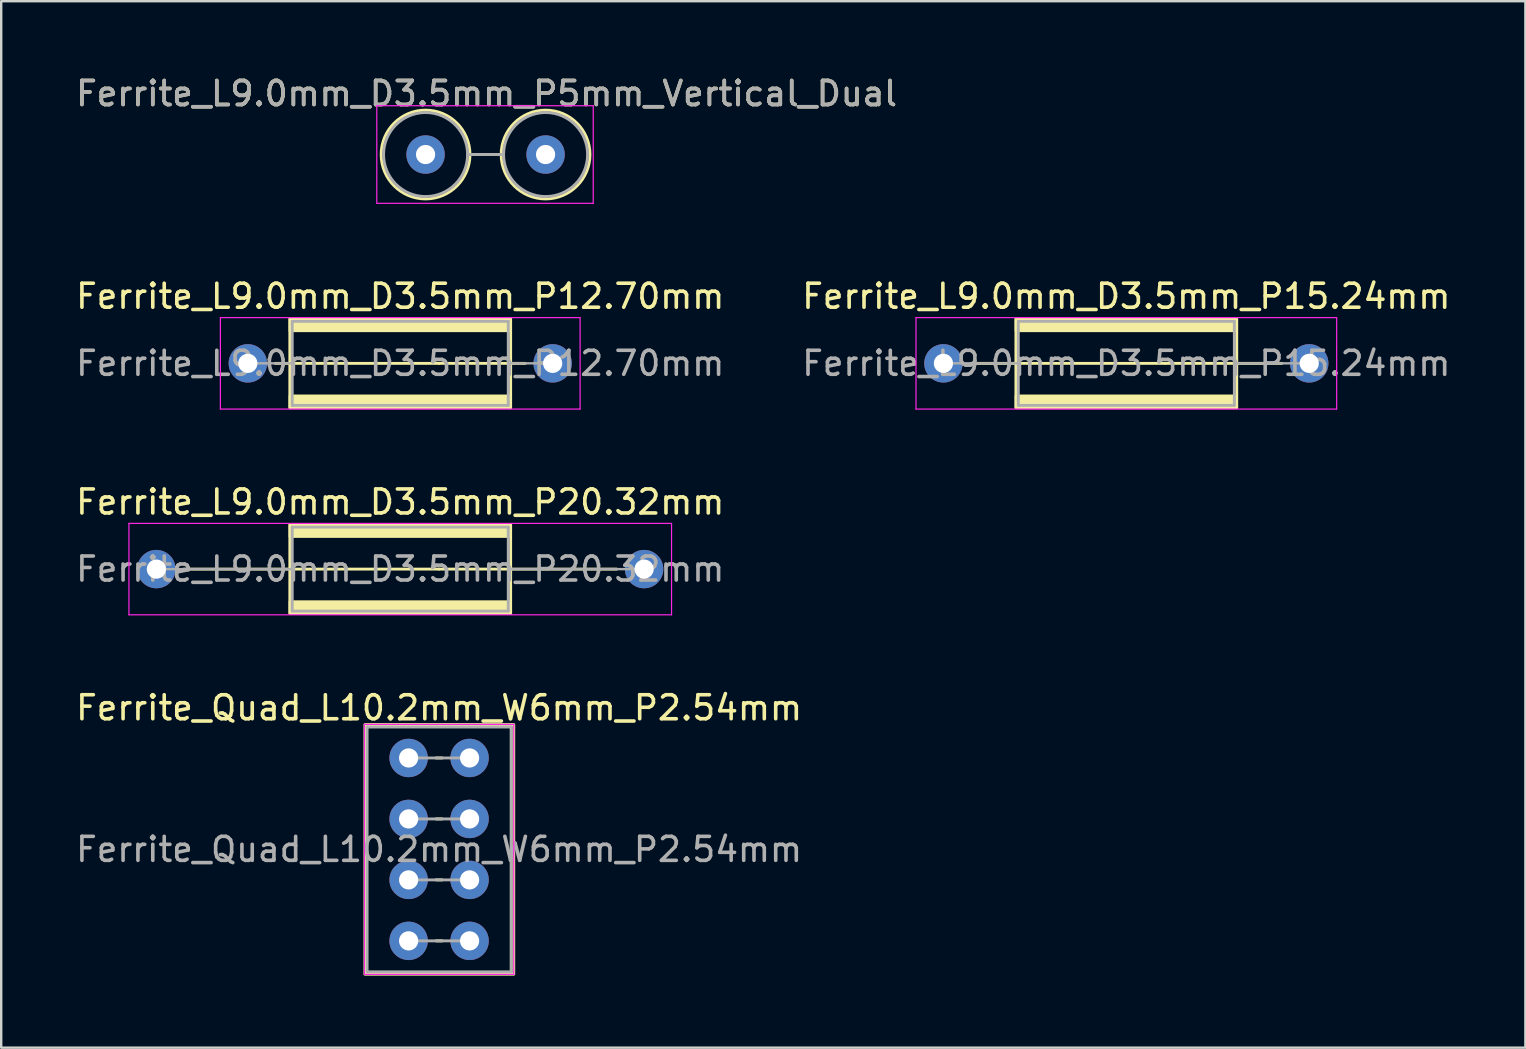
<source format=kicad_pcb>
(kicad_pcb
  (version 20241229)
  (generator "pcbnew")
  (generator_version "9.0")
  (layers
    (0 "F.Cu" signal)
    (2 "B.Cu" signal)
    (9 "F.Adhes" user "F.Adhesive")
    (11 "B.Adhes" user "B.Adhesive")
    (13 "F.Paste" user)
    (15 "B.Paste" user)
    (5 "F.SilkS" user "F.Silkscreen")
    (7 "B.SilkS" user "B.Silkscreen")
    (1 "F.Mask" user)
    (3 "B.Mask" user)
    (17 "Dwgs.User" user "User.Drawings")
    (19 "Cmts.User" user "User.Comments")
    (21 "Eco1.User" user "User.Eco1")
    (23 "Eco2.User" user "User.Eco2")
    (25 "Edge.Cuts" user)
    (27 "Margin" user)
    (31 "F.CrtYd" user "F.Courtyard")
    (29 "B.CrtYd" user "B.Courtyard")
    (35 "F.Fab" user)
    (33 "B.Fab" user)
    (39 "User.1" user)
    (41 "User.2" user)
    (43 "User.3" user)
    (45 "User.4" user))
  (footprint "Ferrite_L9.0mm_D3.5mm_P12.70mm"
    (layer "F.Cu")
    (at 7.275 12.088)
    (property "Reference" "Ferrite_L9.0mm_D3.5mm_P12.70mm" (at 6.35 -2.794 0) (layer "F.SilkS") (effects (font (size 1 1) (thickness 0.15))))
    (fp_line (start 7.964 0.000002) (end 1.143 0) (stroke (width 0.12) (type solid)) (layer "F.SilkS"))
    (fp_line (start 7.964 0.000002) (end 11.557 0) (stroke (width 0.12) (type solid)) (layer "F.SilkS"))
    (fp_rect (start 1.75 -1.85) (end 10.95 1.85) (stroke (width 0.12) (type solid)) (fill no) (layer "F.SilkS"))
    (fp_poly (pts (xy 1.75 1.35) (xy 10.95 1.35) (xy 10.95 1.85) (xy 1.75 1.85)) (stroke (width 0.1) (type solid)) (fill yes) (layer "F.SilkS"))
    (fp_poly (pts (xy 10.95 -1.35) (xy 1.75 -1.35) (xy 1.75 -1.85) (xy 10.95 -1.85)) (stroke (width 0.1) (type solid)) (fill yes) (layer "F.SilkS"))
    (fp_line (start -1.143 -1.905) (end 13.843 -1.905) (stroke (width 0.05) (type solid)) (layer "F.CrtYd"))
    (fp_line (start -1.143 1.905) (end -1.143 -1.905) (stroke (width 0.05) (type solid)) (layer "F.CrtYd"))
    (fp_line (start 13.843 -1.905) (end 13.843 1.905) (stroke (width 0.05) (type solid)) (layer "F.CrtYd"))
    (fp_line (start 13.843 1.905) (end -1.143 1.905) (stroke (width 0.05) (type solid)) (layer "F.CrtYd"))
    (fp_line (start 0 0) (end 1.85 0) (stroke (width 0.1) (type solid)) (layer "F.Fab"))
    (fp_line (start 1.85 -1.75) (end 1.85 1.75) (stroke (width 0.12) (type solid)) (layer "F.Fab"))
    (fp_line (start 1.85 -1.75) (end 10.85 -1.75) (stroke (width 0.12) (type solid)) (layer "F.Fab"))
    (fp_line (start 10.85 -1.75) (end 10.85 1.75) (stroke (width 0.12) (type solid)) (layer "F.Fab"))
    (fp_line (start 10.85 1.75) (end 1.85 1.75) (stroke (width 0.12) (type solid)) (layer "F.Fab"))
    (fp_line (start 12.7 0) (end 10.85 0) (stroke (width 0.1) (type solid)) (layer "F.Fab"))
    (fp_text user "${REFERENCE}" (at 6.35 0 0) (layer "F.Fab") (effects (font (size 1 1) (thickness 0.15))))
    (pad "1" thru_hole circle (at 0 0) (size 1.6 1.6) (drill 0.8) (layers "*.Cu" "*.Mask"))
    (pad "2" thru_hole circle (at 12.7 0) (size 1.6 1.6) (drill 0.8) (layers "*.Cu" "*.Mask")))
  (footprint "Ferrite_Quad_L10.2mm_W6mm_P2.54mm"
    (layer "F.Cu")
    (at 15.244 32.338)
    (property "Reference" "Ferrite_Quad_L10.2mm_W6mm_P2.54mm" (at 0 -5.9 0) (layer "F.SilkS") (effects (font (size 1 1) (thickness 0.15))))
    (attr through_hole)
    (fp_line (start -0.127 -3.81) (end 0.127 -3.81) (stroke (width 0.12) (type solid)) (layer "F.SilkS"))
    (fp_line (start -0.127 -1.27) (end 0.127 -1.27) (stroke (width 0.12) (type solid)) (layer "F.SilkS"))
    (fp_line (start -0.127 1.27) (end 0.127 1.27) (stroke (width 0.12) (type solid)) (layer "F.SilkS"))
    (fp_line (start -0.127 3.81) (end 0.127 3.81) (stroke (width 0.12) (type solid)) (layer "F.SilkS"))
    (fp_rect (start -3.09 -5.2) (end 3.11 5.2) (stroke (width 0.12) (type solid)) (fill no) (layer "F.SilkS"))
    (fp_line (start -3.111 -5.207) (end 3.111 -5.207) (stroke (width 0.05) (type solid)) (layer "F.CrtYd"))
    (fp_line (start -3.111 5.207) (end -3.111 -5.207) (stroke (width 0.05) (type solid)) (layer "F.CrtYd"))
    (fp_line (start 3.111 -5.207) (end 3.111 5.207) (stroke (width 0.05) (type solid)) (layer "F.CrtYd"))
    (fp_line (start 3.111 5.207) (end -3.111 5.207) (stroke (width 0.05) (type solid)) (layer "F.CrtYd"))
    (fp_line (start -3 -5.1) (end 3 -5.1) (stroke (width 0.12) (type solid)) (layer "F.Fab"))
    (fp_line (start -3 5.1) (end -3 -5.1) (stroke (width 0.12) (type solid)) (layer "F.Fab"))
    (fp_line (start -1.27 -3.81) (end 1.27 -3.81) (stroke (width 0.12) (type solid)) (layer "F.Fab"))
    (fp_line (start -1.27 1.27) (end 1.27 1.27) (stroke (width 0.12) (type solid)) (layer "F.Fab"))
    (fp_line (start 1.27 -1.27) (end -1.27 -1.27) (stroke (width 0.12) (type solid)) (layer "F.Fab"))
    (fp_line (start 1.27 3.81) (end -1.27 3.81) (stroke (width 0.12) (type solid)) (layer "F.Fab"))
    (fp_line (start 3 -5.1) (end 3 5.1) (stroke (width 0.12) (type solid)) (layer "F.Fab"))
    (fp_line (start 3 5.1) (end -3 5.1) (stroke (width 0.12) (type solid)) (layer "F.Fab"))
    (fp_text user "${REFERENCE}" (at 0 0 0) (layer "F.Fab") (effects (font (size 1 1) (thickness 0.15))))
    (pad "1" thru_hole circle (at -1.27 -3.81) (size 1.6 1.6) (drill 0.8) (layers "*.Cu" "*.Mask"))
    (pad "2" thru_hole circle (at -1.27 -1.27) (size 1.6 1.6) (drill 0.8) (layers "*.Cu" "*.Mask"))
    (pad "3" thru_hole circle (at -1.27 1.27) (size 1.6 1.6) (drill 0.8) (layers "*.Cu" "*.Mask"))
    (pad "3" thru_hole circle (at -1.27 3.81) (size 1.6 1.6) (drill 0.8) (layers "*.Cu" "*.Mask"))
    (pad "4" thru_hole circle (at 1.27 1.27) (size 1.6 1.6) (drill 0.8) (layers "*.Cu" "*.Mask"))
    (pad "4" thru_hole circle (at 1.27 3.81) (size 1.6 1.6) (drill 0.8) (layers "*.Cu" "*.Mask"))
    (pad "5" thru_hole circle (at 1.27 -1.27) (size 1.6 1.6) (drill 0.8) (layers "*.Cu" "*.Mask"))
    (pad "6" thru_hole circle (at 1.27 -3.81) (size 1.6 1.6) (drill 0.8) (layers "*.Cu" "*.Mask")))
  (footprint "Ferrite_L9.0mm_D3.5mm_P20.32mm"
    (layer "F.Cu")
    (at 3.465 20.66)
    (property "Reference" "Ferrite_L9.0mm_D3.5mm_P20.32mm" (at 10.16 -2.794 0) (layer "F.SilkS") (effects (font (size 1 1) (thickness 0.15))))
    (fp_line (start 11.774 0.000002) (end 1.143 0) (stroke (width 0.12) (type solid)) (layer "F.SilkS"))
    (fp_line (start 11.774 0.000002) (end 19.177 0) (stroke (width 0.12) (type solid)) (layer "F.SilkS"))
    (fp_rect (start 5.56 -1.85) (end 14.76 1.85) (stroke (width 0.12) (type solid)) (fill no) (layer "F.SilkS"))
    (fp_poly (pts (xy 5.56 1.35) (xy 14.76 1.35) (xy 14.76 1.85) (xy 5.56 1.85)) (stroke (width 0.1) (type solid)) (fill yes) (layer "F.SilkS"))
    (fp_poly (pts (xy 14.76 -1.35) (xy 5.56 -1.35) (xy 5.56 -1.85) (xy 14.76 -1.85)) (stroke (width 0.1) (type solid)) (fill yes) (layer "F.SilkS"))
    (fp_line (start -1.143 -1.905) (end 21.463 -1.905) (stroke (width 0.05) (type solid)) (layer "F.CrtYd"))
    (fp_line (start -1.143 1.905) (end -1.143 -1.905) (stroke (width 0.05) (type solid)) (layer "F.CrtYd"))
    (fp_line (start 21.463 -1.905) (end 21.463 1.905) (stroke (width 0.05) (type solid)) (layer "F.CrtYd"))
    (fp_line (start 21.463 1.905) (end -1.143 1.905) (stroke (width 0.05) (type solid)) (layer "F.CrtYd"))
    (fp_line (start 5.66 -1.75) (end 5.66 1.75) (stroke (width 0.12) (type solid)) (layer "F.Fab"))
    (fp_line (start 5.66 -1.75) (end 14.66 -1.75) (stroke (width 0.12) (type solid)) (layer "F.Fab"))
    (fp_line (start 5.66 0) (end 0 0) (stroke (width 0.1) (type solid)) (layer "F.Fab"))
    (fp_line (start 14.66 -1.75) (end 14.66 1.75) (stroke (width 0.12) (type solid)) (layer "F.Fab"))
    (fp_line (start 14.66 1.75) (end 5.66 1.75) (stroke (width 0.12) (type solid)) (layer "F.Fab"))
    (fp_line (start 20.32 0) (end 14.66 0) (stroke (width 0.1) (type solid)) (layer "F.Fab"))
    (fp_text user "${REFERENCE}" (at 10.16 0 0) (layer "F.Fab") (effects (font (size 1 1) (thickness 0.15))))
    (pad "1" thru_hole circle (at 0 0) (size 1.6 1.6) (drill 0.8) (layers "*.Cu" "*.Mask"))
    (pad "2" thru_hole circle (at 20.32 0) (size 1.6 1.6) (drill 0.8) (layers "*.Cu" "*.Mask")))
  (footprint "Ferrite_L9.0mm_D3.5mm_P5mm_Vertical_Dual"
    (layer "F.Cu")
    (at 14.68 3.388)
    (property "Reference" "Ferrite_L9.0mm_D3.5mm_P5mm_Vertical_Dual" (at 2.54 -2.54 0) (layer "F.SilkS") (effects (font (size 1 1) (thickness 0.15))))
    (fp_line (start 1.85 0) (end 3.15 0) (stroke (width 0.12) (type solid)) (layer "F.SilkS"))
    (fp_circle (center 0 0) (end 0 -1.85) (stroke (width 0.12) (type solid)) (fill no) (layer "F.SilkS"))
    (fp_circle (center 5 0) (end 5 -1.85) (stroke (width 0.12) (type solid)) (fill no) (layer "F.SilkS"))
    (fp_line (start -2.032 -2.032) (end 6.985 -2.032) (stroke (width 0.05) (type solid)) (layer "F.CrtYd"))
    (fp_line (start -2.032 2.032) (end -2.032 -2.032) (stroke (width 0.05) (type solid)) (layer "F.CrtYd"))
    (fp_line (start 6.985 -2.032) (end 6.985 2.032) (stroke (width 0.05) (type solid)) (layer "F.CrtYd"))
    (fp_line (start 6.985 2.032) (end -2.032 2.032) (stroke (width 0.05) (type solid)) (layer "F.CrtYd"))
    (fp_line (start 1.75 0) (end 3.25 0) (stroke (width 0.12) (type solid)) (layer "F.Fab"))
    (fp_circle (center 0 0) (end 0 -1.75) (stroke (width 0.12) (type solid)) (fill no) (layer "F.Fab"))
    (fp_circle (center 5 0) (end 5 -1.75) (stroke (width 0.12) (type solid)) (fill no) (layer "F.Fab"))
    (fp_text user "${REFERENCE}" (at 2.54 -2.539 0) (layer "F.Fab") (effects (font (size 1 1) (thickness 0.15))))
    (pad "1" thru_hole circle (at 0 0) (size 1.6 1.6) (drill 0.8) (layers "*.Cu" "*.Mask"))
    (pad "2" thru_hole circle (at 5 0) (size 1.6 1.6) (drill 0.8) (layers "*.Cu" "*.Mask")))
  (footprint "Ferrite_L9.0mm_D3.5mm_P15.24mm"
    (layer "F.Cu")
    (at 36.255 12.088)
    (property "Reference" "Ferrite_L9.0mm_D3.5mm_P15.24mm" (at 7.62 -2.794 0) (layer "F.SilkS") (effects (font (size 1 1) (thickness 0.15))))
    (fp_line (start 9.234 0.000002) (end 1.143 0) (stroke (width 0.12) (type solid)) (layer "F.SilkS"))
    (fp_line (start 9.234 0.000002) (end 14.097 0) (stroke (width 0.12) (type solid)) (layer "F.SilkS"))
    (fp_rect (start 3.02 -1.85) (end 12.22 1.85) (stroke (width 0.12) (type solid)) (fill no) (layer "F.SilkS"))
    (fp_poly (pts (xy 3.02 1.35) (xy 12.22 1.35) (xy 12.22 1.85) (xy 3.02 1.85)) (stroke (width 0.1) (type solid)) (fill yes) (layer "F.SilkS"))
    (fp_poly (pts (xy 12.22 -1.35) (xy 3.02 -1.35) (xy 3.02 -1.85) (xy 12.22 -1.85)) (stroke (width 0.1) (type solid)) (fill yes) (layer "F.SilkS"))
    (fp_line (start -1.143 -1.905) (end 16.383 -1.905) (stroke (width 0.05) (type solid)) (layer "F.CrtYd"))
    (fp_line (start -1.143 1.905) (end -1.143 -1.905) (stroke (width 0.05) (type solid)) (layer "F.CrtYd"))
    (fp_line (start 16.383 -1.905) (end 16.383 1.905) (stroke (width 0.05) (type solid)) (layer "F.CrtYd"))
    (fp_line (start 16.383 1.905) (end -1.143 1.905) (stroke (width 0.05) (type solid)) (layer "F.CrtYd"))
    (fp_line (start 0 0) (end 3.12 0) (stroke (width 0.1) (type solid)) (layer "F.Fab"))
    (fp_line (start 3.12 -1.75) (end 3.12 1.75) (stroke (width 0.12) (type solid)) (layer "F.Fab"))
    (fp_line (start 3.12 -1.75) (end 12.12 -1.75) (stroke (width 0.12) (type solid)) (layer "F.Fab"))
    (fp_line (start 12.12 -1.75) (end 12.12 1.75) (stroke (width 0.12) (type solid)) (layer "F.Fab"))
    (fp_line (start 12.12 1.75) (end 3.12 1.75) (stroke (width 0.12) (type solid)) (layer "F.Fab"))
    (fp_line (start 15.24 0) (end 12.12 0) (stroke (width 0.1) (type solid)) (layer "F.Fab"))
    (fp_text user "${REFERENCE}" (at 7.62 0 0) (layer "F.Fab") (effects (font (size 1 1) (thickness 0.15))))
    (pad "1" thru_hole circle (at 0 0) (size 1.6 1.6) (drill 0.8) (layers "*.Cu" "*.Mask"))
    (pad "2" thru_hole circle (at 15.24 0) (size 1.6 1.6) (drill 0.8) (layers "*.Cu" "*.Mask")))
  (gr_rect
    (start -3 -3)
    (end 60.5 40.598)
    (stroke (width 0.1) (type default))
    (fill no)
    (layer "Edge.Cuts")))
</source>
